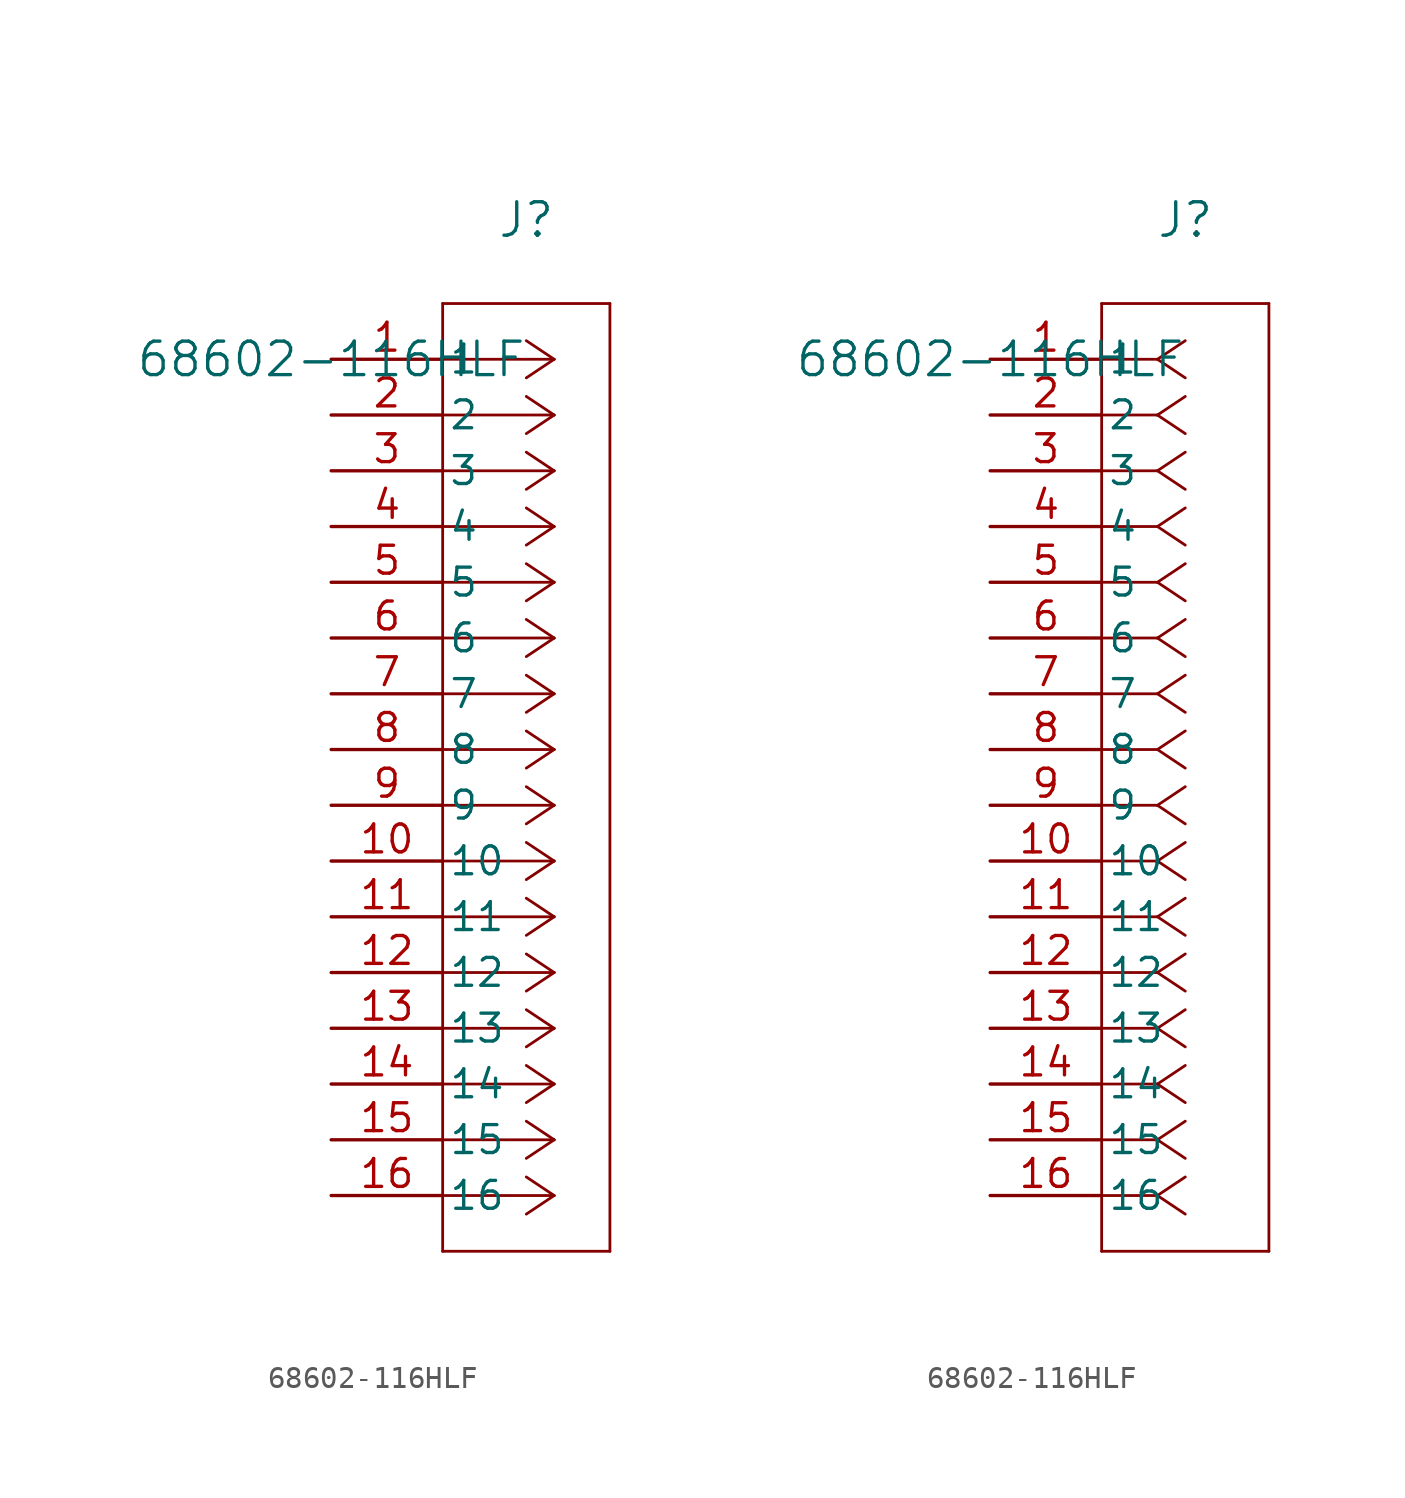
<source format=kicad_sym>
(kicad_symbol_lib
  (version 20211014)
  (generator kicad_symbol_editor)
  (symbol "68602-116HLF"
    (pin_names
      (offset 0.254))
    (property "Reference" "J"
      (at 8.89 6.35 0)
      (effects (font (size 1.524 1.524))))
    (property "Value" "68602-116HLF"
      (at 0 0 0)
      (effects (font (size 1.524 1.524))))
    (symbol "68602-116HLF_1_1"
      (polyline (pts (xy 10.16 0) (xy 5.08 0)) (stroke (width 0.127) (type default) (color 0 0 0 0)) (fill (type none)))
      (polyline (pts (xy 10.16 -2.54) (xy 5.08 -2.54)) (stroke (width 0.127) (type default) (color 0 0 0 0)) (fill (type none)))
      (polyline (pts (xy 10.16 -5.08) (xy 5.08 -5.08)) (stroke (width 0.127) (type default) (color 0 0 0 0)) (fill (type none)))
      (polyline (pts (xy 10.16 -7.62) (xy 5.08 -7.62)) (stroke (width 0.127) (type default) (color 0 0 0 0)) (fill (type none)))
      (polyline (pts (xy 10.16 -10.16) (xy 5.08 -10.16)) (stroke (width 0.127) (type default) (color 0 0 0 0)) (fill (type none)))
      (polyline (pts (xy 10.16 -12.7) (xy 5.08 -12.7)) (stroke (width 0.127) (type default) (color 0 0 0 0)) (fill (type none)))
      (polyline (pts (xy 10.16 -15.24) (xy 5.08 -15.24)) (stroke (width 0.127) (type default) (color 0 0 0 0)) (fill (type none)))
      (polyline (pts (xy 10.16 -17.78) (xy 5.08 -17.78)) (stroke (width 0.127) (type default) (color 0 0 0 0)) (fill (type none)))
      (polyline (pts (xy 10.16 -20.32) (xy 5.08 -20.32)) (stroke (width 0.127) (type default) (color 0 0 0 0)) (fill (type none)))
      (polyline (pts (xy 10.16 -22.86) (xy 5.08 -22.86)) (stroke (width 0.127) (type default) (color 0 0 0 0)) (fill (type none)))
      (polyline (pts (xy 10.16 -25.4) (xy 5.08 -25.4)) (stroke (width 0.127) (type default) (color 0 0 0 0)) (fill (type none)))
      (polyline (pts (xy 10.16 -27.94) (xy 5.08 -27.94)) (stroke (width 0.127) (type default) (color 0 0 0 0)) (fill (type none)))
      (polyline (pts (xy 10.16 -30.48) (xy 5.08 -30.48)) (stroke (width 0.127) (type default) (color 0 0 0 0)) (fill (type none)))
      (polyline (pts (xy 10.16 -33.02) (xy 5.08 -33.02)) (stroke (width 0.127) (type default) (color 0 0 0 0)) (fill (type none)))
      (polyline (pts (xy 10.16 -35.56) (xy 5.08 -35.56)) (stroke (width 0.127) (type default) (color 0 0 0 0)) (fill (type none)))
      (polyline (pts (xy 10.16 -38.1) (xy 5.08 -38.1)) (stroke (width 0.127) (type default) (color 0 0 0 0)) (fill (type none)))
      (polyline (pts (xy 10.16 0) (xy 8.89 0.847)) (stroke (width 0.127) (type default) (color 0 0 0 0)) (fill (type none)))
      (polyline (pts (xy 10.16 -2.54) (xy 8.89 -1.693)) (stroke (width 0.127) (type default) (color 0 0 0 0)) (fill (type none)))
      (polyline (pts (xy 10.16 -5.08) (xy 8.89 -4.233)) (stroke (width 0.127) (type default) (color 0 0 0 0)) (fill (type none)))
      (polyline (pts (xy 10.16 -7.62) (xy 8.89 -6.773)) (stroke (width 0.127) (type default) (color 0 0 0 0)) (fill (type none)))
      (polyline (pts (xy 10.16 -10.16) (xy 8.89 -9.313)) (stroke (width 0.127) (type default) (color 0 0 0 0)) (fill (type none)))
      (polyline (pts (xy 10.16 -12.7) (xy 8.89 -11.853)) (stroke (width 0.127) (type default) (color 0 0 0 0)) (fill (type none)))
      (polyline (pts (xy 10.16 -15.24) (xy 8.89 -14.393)) (stroke (width 0.127) (type default) (color 0 0 0 0)) (fill (type none)))
      (polyline (pts (xy 10.16 -17.78) (xy 8.89 -16.933)) (stroke (width 0.127) (type default) (color 0 0 0 0)) (fill (type none)))
      (polyline (pts (xy 10.16 -20.32) (xy 8.89 -19.473)) (stroke (width 0.127) (type default) (color 0 0 0 0)) (fill (type none)))
      (polyline (pts (xy 10.16 -22.86) (xy 8.89 -22.013)) (stroke (width 0.127) (type default) (color 0 0 0 0)) (fill (type none)))
      (polyline (pts (xy 10.16 -25.4) (xy 8.89 -24.553)) (stroke (width 0.127) (type default) (color 0 0 0 0)) (fill (type none)))
      (polyline (pts (xy 10.16 -27.94) (xy 8.89 -27.093)) (stroke (width 0.127) (type default) (color 0 0 0 0)) (fill (type none)))
      (polyline (pts (xy 10.16 -30.48) (xy 8.89 -29.633)) (stroke (width 0.127) (type default) (color 0 0 0 0)) (fill (type none)))
      (polyline (pts (xy 10.16 -33.02) (xy 8.89 -32.173)) (stroke (width 0.127) (type default) (color 0 0 0 0)) (fill (type none)))
      (polyline (pts (xy 10.16 -35.56) (xy 8.89 -34.713)) (stroke (width 0.127) (type default) (color 0 0 0 0)) (fill (type none)))
      (polyline (pts (xy 10.16 -38.1) (xy 8.89 -37.253)) (stroke (width 0.127) (type default) (color 0 0 0 0)) (fill (type none)))
      (polyline (pts (xy 10.16 0) (xy 8.89 -0.847)) (stroke (width 0.127) (type default) (color 0 0 0 0)) (fill (type none)))
      (polyline (pts (xy 10.16 -2.54) (xy 8.89 -3.387)) (stroke (width 0.127) (type default) (color 0 0 0 0)) (fill (type none)))
      (polyline (pts (xy 10.16 -5.08) (xy 8.89 -5.927)) (stroke (width 0.127) (type default) (color 0 0 0 0)) (fill (type none)))
      (polyline (pts (xy 10.16 -7.62) (xy 8.89 -8.467)) (stroke (width 0.127) (type default) (color 0 0 0 0)) (fill (type none)))
      (polyline (pts (xy 10.16 -10.16) (xy 8.89 -11.007)) (stroke (width 0.127) (type default) (color 0 0 0 0)) (fill (type none)))
      (polyline (pts (xy 10.16 -12.7) (xy 8.89 -13.547)) (stroke (width 0.127) (type default) (color 0 0 0 0)) (fill (type none)))
      (polyline (pts (xy 10.16 -15.24) (xy 8.89 -16.087)) (stroke (width 0.127) (type default) (color 0 0 0 0)) (fill (type none)))
      (polyline (pts (xy 10.16 -17.78) (xy 8.89 -18.627)) (stroke (width 0.127) (type default) (color 0 0 0 0)) (fill (type none)))
      (polyline (pts (xy 10.16 -20.32) (xy 8.89 -21.167)) (stroke (width 0.127) (type default) (color 0 0 0 0)) (fill (type none)))
      (polyline (pts (xy 10.16 -22.86) (xy 8.89 -23.707)) (stroke (width 0.127) (type default) (color 0 0 0 0)) (fill (type none)))
      (polyline (pts (xy 10.16 -25.4) (xy 8.89 -26.247)) (stroke (width 0.127) (type default) (color 0 0 0 0)) (fill (type none)))
      (polyline (pts (xy 10.16 -27.94) (xy 8.89 -28.787)) (stroke (width 0.127) (type default) (color 0 0 0 0)) (fill (type none)))
      (polyline (pts (xy 10.16 -30.48) (xy 8.89 -31.327)) (stroke (width 0.127) (type default) (color 0 0 0 0)) (fill (type none)))
      (polyline (pts (xy 10.16 -33.02) (xy 8.89 -33.867)) (stroke (width 0.127) (type default) (color 0 0 0 0)) (fill (type none)))
      (polyline (pts (xy 10.16 -35.56) (xy 8.89 -36.407)) (stroke (width 0.127) (type default) (color 0 0 0 0)) (fill (type none)))
      (polyline (pts (xy 10.16 -38.1) (xy 8.89 -38.947)) (stroke (width 0.127) (type default) (color 0 0 0 0)) (fill (type none)))
      (polyline (pts (xy 5.08 2.54) (xy 5.08 -40.64)) (stroke (width 0.127) (type default) (color 0 0 0 0)) (fill (type none)))
      (polyline (pts (xy 5.08 -40.64) (xy 12.7 -40.64)) (stroke (width 0.127) (type default) (color 0 0 0 0)) (fill (type none)))
      (polyline (pts (xy 12.7 -40.64) (xy 12.7 2.54)) (stroke (width 0.127) (type default) (color 0 0 0 0)) (fill (type none)))
      (polyline (pts (xy 12.7 2.54) (xy 5.08 2.54)) (stroke (width 0.127) (type default) (color 0 0 0 0)) (fill (type none)))
      (pin unspecified line (at 0 0 0) (length 5.08) (name "1" (effects (font (size 1.27 1.27)))) (number "1" (effects (font (size 1.27 1.27)))))
      (pin unspecified line (at 0 -2.54 0) (length 5.08) (name "2" (effects (font (size 1.27 1.27)))) (number "2" (effects (font (size 1.27 1.27)))))
      (pin unspecified line (at 0 -5.08 0) (length 5.08) (name "3" (effects (font (size 1.27 1.27)))) (number "3" (effects (font (size 1.27 1.27)))))
      (pin unspecified line (at 0 -7.62 0) (length 5.08) (name "4" (effects (font (size 1.27 1.27)))) (number "4" (effects (font (size 1.27 1.27)))))
      (pin unspecified line (at 0 -10.16 0) (length 5.08) (name "5" (effects (font (size 1.27 1.27)))) (number "5" (effects (font (size 1.27 1.27)))))
      (pin unspecified line (at 0 -12.7 0) (length 5.08) (name "6" (effects (font (size 1.27 1.27)))) (number "6" (effects (font (size 1.27 1.27)))))
      (pin unspecified line (at 0 -15.24 0) (length 5.08) (name "7" (effects (font (size 1.27 1.27)))) (number "7" (effects (font (size 1.27 1.27)))))
      (pin unspecified line (at 0 -17.78 0) (length 5.08) (name "8" (effects (font (size 1.27 1.27)))) (number "8" (effects (font (size 1.27 1.27)))))
      (pin unspecified line (at 0 -20.32 0) (length 5.08) (name "9" (effects (font (size 1.27 1.27)))) (number "9" (effects (font (size 1.27 1.27)))))
      (pin unspecified line (at 0 -22.86 0) (length 5.08) (name "10" (effects (font (size 1.27 1.27)))) (number "10" (effects (font (size 1.27 1.27)))))
      (pin unspecified line (at 0 -25.4 0) (length 5.08) (name "11" (effects (font (size 1.27 1.27)))) (number "11" (effects (font (size 1.27 1.27)))))
      (pin unspecified line (at 0 -27.94 0) (length 5.08) (name "12" (effects (font (size 1.27 1.27)))) (number "12" (effects (font (size 1.27 1.27)))))
      (pin unspecified line (at 0 -30.48 0) (length 5.08) (name "13" (effects (font (size 1.27 1.27)))) (number "13" (effects (font (size 1.27 1.27)))))
      (pin unspecified line (at 0 -33.02 0) (length 5.08) (name "14" (effects (font (size 1.27 1.27)))) (number "14" (effects (font (size 1.27 1.27)))))
      (pin unspecified line (at 0 -35.56 0) (length 5.08) (name "15" (effects (font (size 1.27 1.27)))) (number "15" (effects (font (size 1.27 1.27)))))
      (pin unspecified line (at 0 -38.1 0) (length 5.08) (name "16" (effects (font (size 1.27 1.27)))) (number "16" (effects (font (size 1.27 1.27))))))
    (symbol "68602-116HLF_1_2"
      (polyline (pts (xy 7.62 0) (xy 5.08 0)) (stroke (width 0.127) (type default) (color 0 0 0 0)) (fill (type none)))
      (polyline (pts (xy 7.62 -2.54) (xy 5.08 -2.54)) (stroke (width 0.127) (type default) (color 0 0 0 0)) (fill (type none)))
      (polyline (pts (xy 7.62 -5.08) (xy 5.08 -5.08)) (stroke (width 0.127) (type default) (color 0 0 0 0)) (fill (type none)))
      (polyline (pts (xy 7.62 -7.62) (xy 5.08 -7.62)) (stroke (width 0.127) (type default) (color 0 0 0 0)) (fill (type none)))
      (polyline (pts (xy 7.62 -10.16) (xy 5.08 -10.16)) (stroke (width 0.127) (type default) (color 0 0 0 0)) (fill (type none)))
      (polyline (pts (xy 7.62 -12.7) (xy 5.08 -12.7)) (stroke (width 0.127) (type default) (color 0 0 0 0)) (fill (type none)))
      (polyline (pts (xy 7.62 -15.24) (xy 5.08 -15.24)) (stroke (width 0.127) (type default) (color 0 0 0 0)) (fill (type none)))
      (polyline (pts (xy 7.62 -17.78) (xy 5.08 -17.78)) (stroke (width 0.127) (type default) (color 0 0 0 0)) (fill (type none)))
      (polyline (pts (xy 7.62 -20.32) (xy 5.08 -20.32)) (stroke (width 0.127) (type default) (color 0 0 0 0)) (fill (type none)))
      (polyline (pts (xy 7.62 -22.86) (xy 5.08 -22.86)) (stroke (width 0.127) (type default) (color 0 0 0 0)) (fill (type none)))
      (polyline (pts (xy 7.62 -25.4) (xy 5.08 -25.4)) (stroke (width 0.127) (type default) (color 0 0 0 0)) (fill (type none)))
      (polyline (pts (xy 7.62 -27.94) (xy 5.08 -27.94)) (stroke (width 0.127) (type default) (color 0 0 0 0)) (fill (type none)))
      (polyline (pts (xy 7.62 -30.48) (xy 5.08 -30.48)) (stroke (width 0.127) (type default) (color 0 0 0 0)) (fill (type none)))
      (polyline (pts (xy 7.62 -33.02) (xy 5.08 -33.02)) (stroke (width 0.127) (type default) (color 0 0 0 0)) (fill (type none)))
      (polyline (pts (xy 7.62 -35.56) (xy 5.08 -35.56)) (stroke (width 0.127) (type default) (color 0 0 0 0)) (fill (type none)))
      (polyline (pts (xy 7.62 -38.1) (xy 5.08 -38.1)) (stroke (width 0.127) (type default) (color 0 0 0 0)) (fill (type none)))
      (polyline (pts (xy 7.62 0) (xy 8.89 0.847)) (stroke (width 0.127) (type default) (color 0 0 0 0)) (fill (type none)))
      (polyline (pts (xy 7.62 -2.54) (xy 8.89 -1.693)) (stroke (width 0.127) (type default) (color 0 0 0 0)) (fill (type none)))
      (polyline (pts (xy 7.62 -5.08) (xy 8.89 -4.233)) (stroke (width 0.127) (type default) (color 0 0 0 0)) (fill (type none)))
      (polyline (pts (xy 7.62 -7.62) (xy 8.89 -6.773)) (stroke (width 0.127) (type default) (color 0 0 0 0)) (fill (type none)))
      (polyline (pts (xy 7.62 -10.16) (xy 8.89 -9.313)) (stroke (width 0.127) (type default) (color 0 0 0 0)) (fill (type none)))
      (polyline (pts (xy 7.62 -12.7) (xy 8.89 -11.853)) (stroke (width 0.127) (type default) (color 0 0 0 0)) (fill (type none)))
      (polyline (pts (xy 7.62 -15.24) (xy 8.89 -14.393)) (stroke (width 0.127) (type default) (color 0 0 0 0)) (fill (type none)))
      (polyline (pts (xy 7.62 -17.78) (xy 8.89 -16.933)) (stroke (width 0.127) (type default) (color 0 0 0 0)) (fill (type none)))
      (polyline (pts (xy 7.62 -20.32) (xy 8.89 -19.473)) (stroke (width 0.127) (type default) (color 0 0 0 0)) (fill (type none)))
      (polyline (pts (xy 7.62 -22.86) (xy 8.89 -22.013)) (stroke (width 0.127) (type default) (color 0 0 0 0)) (fill (type none)))
      (polyline (pts (xy 7.62 -25.4) (xy 8.89 -24.553)) (stroke (width 0.127) (type default) (color 0 0 0 0)) (fill (type none)))
      (polyline (pts (xy 7.62 -27.94) (xy 8.89 -27.093)) (stroke (width 0.127) (type default) (color 0 0 0 0)) (fill (type none)))
      (polyline (pts (xy 7.62 -30.48) (xy 8.89 -29.633)) (stroke (width 0.127) (type default) (color 0 0 0 0)) (fill (type none)))
      (polyline (pts (xy 7.62 -33.02) (xy 8.89 -32.173)) (stroke (width 0.127) (type default) (color 0 0 0 0)) (fill (type none)))
      (polyline (pts (xy 7.62 -35.56) (xy 8.89 -34.713)) (stroke (width 0.127) (type default) (color 0 0 0 0)) (fill (type none)))
      (polyline (pts (xy 7.62 -38.1) (xy 8.89 -37.253)) (stroke (width 0.127) (type default) (color 0 0 0 0)) (fill (type none)))
      (polyline (pts (xy 7.62 0) (xy 8.89 -0.847)) (stroke (width 0.127) (type default) (color 0 0 0 0)) (fill (type none)))
      (polyline (pts (xy 7.62 -2.54) (xy 8.89 -3.387)) (stroke (width 0.127) (type default) (color 0 0 0 0)) (fill (type none)))
      (polyline (pts (xy 7.62 -5.08) (xy 8.89 -5.927)) (stroke (width 0.127) (type default) (color 0 0 0 0)) (fill (type none)))
      (polyline (pts (xy 7.62 -7.62) (xy 8.89 -8.467)) (stroke (width 0.127) (type default) (color 0 0 0 0)) (fill (type none)))
      (polyline (pts (xy 7.62 -10.16) (xy 8.89 -11.007)) (stroke (width 0.127) (type default) (color 0 0 0 0)) (fill (type none)))
      (polyline (pts (xy 7.62 -12.7) (xy 8.89 -13.547)) (stroke (width 0.127) (type default) (color 0 0 0 0)) (fill (type none)))
      (polyline (pts (xy 7.62 -15.24) (xy 8.89 -16.087)) (stroke (width 0.127) (type default) (color 0 0 0 0)) (fill (type none)))
      (polyline (pts (xy 7.62 -17.78) (xy 8.89 -18.627)) (stroke (width 0.127) (type default) (color 0 0 0 0)) (fill (type none)))
      (polyline (pts (xy 7.62 -20.32) (xy 8.89 -21.167)) (stroke (width 0.127) (type default) (color 0 0 0 0)) (fill (type none)))
      (polyline (pts (xy 7.62 -22.86) (xy 8.89 -23.707)) (stroke (width 0.127) (type default) (color 0 0 0 0)) (fill (type none)))
      (polyline (pts (xy 7.62 -25.4) (xy 8.89 -26.247)) (stroke (width 0.127) (type default) (color 0 0 0 0)) (fill (type none)))
      (polyline (pts (xy 7.62 -27.94) (xy 8.89 -28.787)) (stroke (width 0.127) (type default) (color 0 0 0 0)) (fill (type none)))
      (polyline (pts (xy 7.62 -30.48) (xy 8.89 -31.327)) (stroke (width 0.127) (type default) (color 0 0 0 0)) (fill (type none)))
      (polyline (pts (xy 7.62 -33.02) (xy 8.89 -33.867)) (stroke (width 0.127) (type default) (color 0 0 0 0)) (fill (type none)))
      (polyline (pts (xy 7.62 -35.56) (xy 8.89 -36.407)) (stroke (width 0.127) (type default) (color 0 0 0 0)) (fill (type none)))
      (polyline (pts (xy 7.62 -38.1) (xy 8.89 -38.947)) (stroke (width 0.127) (type default) (color 0 0 0 0)) (fill (type none)))
      (polyline (pts (xy 5.08 2.54) (xy 5.08 -40.64)) (stroke (width 0.127) (type default) (color 0 0 0 0)) (fill (type none)))
      (polyline (pts (xy 5.08 -40.64) (xy 12.7 -40.64)) (stroke (width 0.127) (type default) (color 0 0 0 0)) (fill (type none)))
      (polyline (pts (xy 12.7 -40.64) (xy 12.7 2.54)) (stroke (width 0.127) (type default) (color 0 0 0 0)) (fill (type none)))
      (polyline (pts (xy 12.7 2.54) (xy 5.08 2.54)) (stroke (width 0.127) (type default) (color 0 0 0 0)) (fill (type none)))
      (pin unspecified line (at 0 0 0) (length 5.08) (name "1" (effects (font (size 1.27 1.27)))) (number "1" (effects (font (size 1.27 1.27)))))
      (pin unspecified line (at 0 -2.54 0) (length 5.08) (name "2" (effects (font (size 1.27 1.27)))) (number "2" (effects (font (size 1.27 1.27)))))
      (pin unspecified line (at 0 -5.08 0) (length 5.08) (name "3" (effects (font (size 1.27 1.27)))) (number "3" (effects (font (size 1.27 1.27)))))
      (pin unspecified line (at 0 -7.62 0) (length 5.08) (name "4" (effects (font (size 1.27 1.27)))) (number "4" (effects (font (size 1.27 1.27)))))
      (pin unspecified line (at 0 -10.16 0) (length 5.08) (name "5" (effects (font (size 1.27 1.27)))) (number "5" (effects (font (size 1.27 1.27)))))
      (pin unspecified line (at 0 -12.7 0) (length 5.08) (name "6" (effects (font (size 1.27 1.27)))) (number "6" (effects (font (size 1.27 1.27)))))
      (pin unspecified line (at 0 -15.24 0) (length 5.08) (name "7" (effects (font (size 1.27 1.27)))) (number "7" (effects (font (size 1.27 1.27)))))
      (pin unspecified line (at 0 -17.78 0) (length 5.08) (name "8" (effects (font (size 1.27 1.27)))) (number "8" (effects (font (size 1.27 1.27)))))
      (pin unspecified line (at 0 -20.32 0) (length 5.08) (name "9" (effects (font (size 1.27 1.27)))) (number "9" (effects (font (size 1.27 1.27)))))
      (pin unspecified line (at 0 -22.86 0) (length 5.08) (name "10" (effects (font (size 1.27 1.27)))) (number "10" (effects (font (size 1.27 1.27)))))
      (pin unspecified line (at 0 -25.4 0) (length 5.08) (name "11" (effects (font (size 1.27 1.27)))) (number "11" (effects (font (size 1.27 1.27)))))
      (pin unspecified line (at 0 -27.94 0) (length 5.08) (name "12" (effects (font (size 1.27 1.27)))) (number "12" (effects (font (size 1.27 1.27)))))
      (pin unspecified line (at 0 -30.48 0) (length 5.08) (name "13" (effects (font (size 1.27 1.27)))) (number "13" (effects (font (size 1.27 1.27)))))
      (pin unspecified line (at 0 -33.02 0) (length 5.08) (name "14" (effects (font (size 1.27 1.27)))) (number "14" (effects (font (size 1.27 1.27)))))
      (pin unspecified line (at 0 -35.56 0) (length 5.08) (name "15" (effects (font (size 1.27 1.27)))) (number "15" (effects (font (size 1.27 1.27)))))
      (pin unspecified line (at 0 -38.1 0) (length 5.08) (name "16" (effects (font (size 1.27 1.27)))) (number "16" (effects (font (size 1.27 1.27))))))))
</source>
